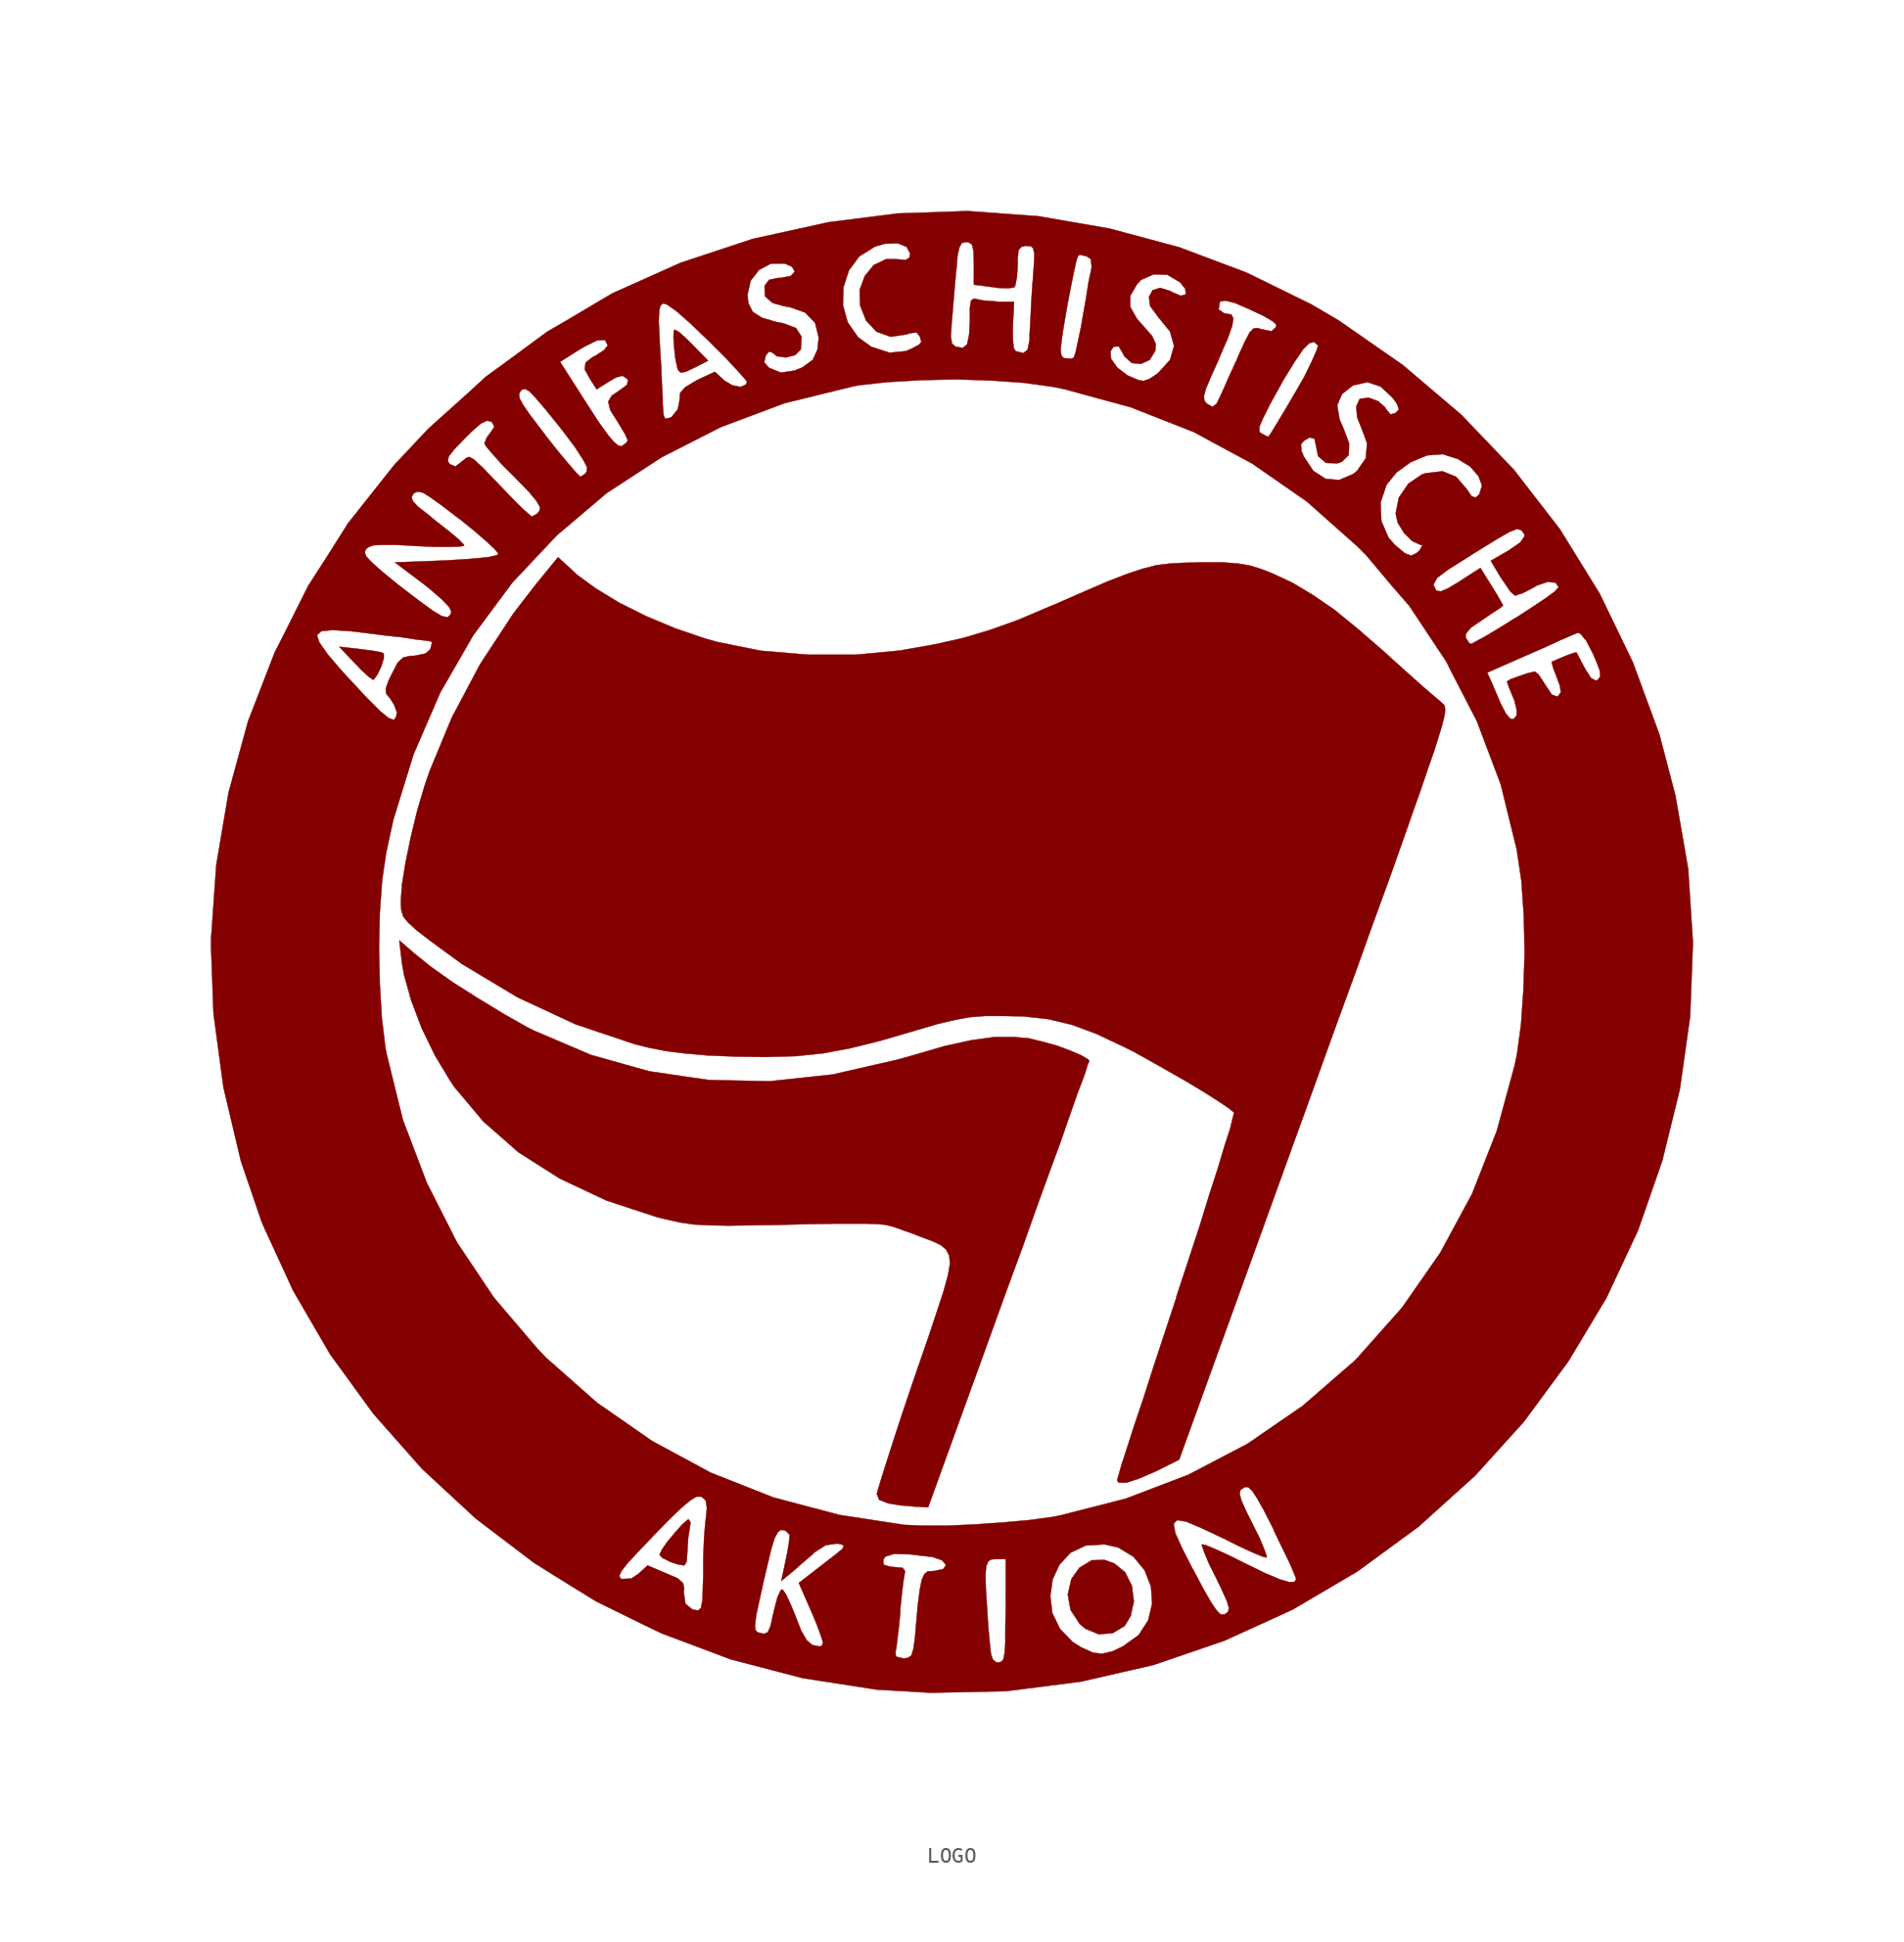
<source format=kicad_sym>
(kicad_symbol_lib
  (version 20220914)
  (generator kicad_symbol_editor)
  (symbol "LOGO"
    (pin_names
      (offset 1.016))
    (property "Reference" "#G"
      (at 0 -46.482 0)
      (effects (font (size 1.524 1.524)) hide))
    (symbol "LOGO_0_0"
      (polyline (pts (xy -36.779 17.297) (xy -36.551 17.602) (xy -36.297 18.136) (xy -36.144 18.644) (xy -36.144 18.948) (xy -36.297 19.025) (xy -36.855 19.126) (xy -37.643 19.228) (xy -38.989 19.38) (xy -37.998 18.339) (xy -37.567 17.882) (xy -37.084 17.45) (xy -36.83 17.272) (xy -36.779 17.297)) (stroke (width 0.025) (type default)) (fill (type outline)))
      (polyline (pts (xy -16.866 36.932) (xy -16.231 37.236) (xy -15.443 37.643) (xy -16.408 38.633) (xy -16.815 39.04) (xy -17.297 39.472) (xy -17.577 39.624) (xy -17.628 39.548) (xy -17.653 39.116) (xy -17.602 38.43) (xy -17.526 37.744) (xy -17.399 37.16) (xy -17.348 37.033) (xy -17.196 36.881) (xy -16.866 36.932)) (stroke (width 0.025) (type default)) (fill (type outline)))
      (polyline (pts (xy 10.389 -43.586) (xy 11.151 -43.129) (xy 11.532 -42.494) (xy 11.735 -41.554) (xy 11.608 -40.564) (xy 11.176 -39.7) (xy 10.49 -39.141) (xy 9.855 -38.913) (xy 9.042 -38.938) (xy 8.255 -39.421) (xy 7.747 -40.132) (xy 7.518 -41.123) (xy 7.696 -42.113) (xy 8.28 -43.002) (xy 8.636 -43.307) (xy 9.5 -43.663) (xy 10.389 -43.586)) (stroke (width 0.025) (type default)) (fill (type outline)))
      (polyline (pts (xy -16.815 -39.04) (xy -16.764 -38.405) (xy -16.764 -38.329) (xy -16.713 -37.516) (xy -16.612 -36.881) (xy -16.561 -36.525) (xy -16.688 -36.322) (xy -16.739 -36.347) (xy -17.069 -36.627) (xy -17.526 -37.135) (xy -18.034 -37.744) (xy -18.39 -38.252) (xy -18.542 -38.583) (xy -18.364 -38.786) (xy -17.856 -39.04) (xy -17.399 -39.192) (xy -16.967 -39.268) (xy -16.815 -39.04)) (stroke (width 0.025) (type default)) (fill (type outline)))
      (polyline (pts (xy 3.734 -21.387) (xy 4.623 -18.974) (xy 5.486 -16.535) (xy 6.299 -14.3) (xy 7.036 -12.294) (xy 7.645 -10.541) (xy 8.153 -9.093) (xy 8.56 -8.026) (xy 8.788 -7.315) (xy 8.89 -7.061) (xy 8.814 -6.96) (xy 8.382 -6.706) (xy 7.671 -6.401) (xy 6.782 -6.071) (xy 5.842 -5.817) (xy 5.004 -5.613) (xy 4.089 -5.537) (xy 2.819 -5.537) (xy 1.346 -5.74) (xy -0.381 -6.121) (xy -2.464 -6.731) (xy -3.378 -6.985) (xy -7.493 -7.925) (xy -11.506 -8.357) (xy -15.392 -8.28) (xy -19.202 -7.722) (xy -22.911 -6.68) (xy -26.543 -5.131) (xy -27 -4.902) (xy -28.524 -4.039) (xy -30.15 -3.048) (xy -31.75 -2.032) (xy -33.147 -1.041) (xy -34.214 -0.178) (xy -35.154 0.635) (xy -34.976 -0.864) (xy -34.849 -1.575) (xy -34.392 -3.2) (xy -33.731 -4.953) (xy -32.868 -6.731) (xy -31.902 -8.331) (xy -31.648 -8.712) (xy -29.794 -10.922) (xy -27.534 -12.903) (xy -24.892 -14.58) (xy -21.92 -15.977) (xy -18.669 -17.043) (xy -18.136 -17.17) (xy -17.221 -17.374) (xy -16.358 -17.501) (xy -15.367 -17.551) (xy -14.173 -17.577) (xy -12.573 -17.551) (xy -10.871 -17.526) (xy -8.941 -17.475) (xy -7.417 -17.45) (xy -5.309 -17.45) (xy -4.623 -17.475) (xy -4.089 -17.526) (xy -3.683 -17.628) (xy -3.302 -17.755) (xy -2.896 -17.907) (xy -2.388 -18.085) (xy -1.803 -18.313) (xy -1.118 -18.567) (xy -0.584 -18.821) (xy -0.254 -19.101) (xy -0.051 -19.482) (xy 0 -19.99) (xy -0.127 -20.726) (xy -0.406 -21.742) (xy -0.838 -23.063) (xy -1.397 -24.74) (xy -2.134 -26.873) (xy -2.388 -27.61) (xy -2.997 -29.413) (xy -3.531 -31.039) (xy -3.988 -32.461) (xy -4.343 -33.579) (xy -4.572 -34.341) (xy -4.674 -34.696) (xy -4.521 -35.077) (xy -3.937 -35.306) (xy -3.15 -35.433) (xy -2.286 -35.509) (xy -1.397 -35.56) (xy 3.734 -21.387)) (stroke (width 0.025) (type default)) (fill (type outline)))
      (polyline (pts (xy 12.04 -33.731) (xy 13.106 -33.274) (xy 14.63 -32.512) (xy 23.292 -8.56) (xy 24.663 -4.75) (xy 25.933 -1.27) (xy 27.026 1.778) (xy 27.991 4.42) (xy 28.804 6.706) (xy 29.489 8.661) (xy 30.074 10.312) (xy 30.531 11.659) (xy 30.912 12.751) (xy 31.191 13.64) (xy 31.394 14.3) (xy 31.521 14.808) (xy 31.598 15.189) (xy 31.598 15.418) (xy 31.572 15.596) (xy 31.521 15.697) (xy 31.445 15.748) (xy 31.344 15.85) (xy 30.861 16.256) (xy 30.099 16.916) (xy 29.159 17.755) (xy 28.143 18.669) (xy 27.813 18.974) (xy 26.06 20.498) (xy 24.536 21.742) (xy 23.165 22.682) (xy 21.895 23.444) (xy 20.599 24.054) (xy 19.888 24.333) (xy 19.152 24.562) (xy 18.39 24.689) (xy 17.424 24.765) (xy 15.977 24.765) (xy 14.935 24.74) (xy 14.021 24.689) (xy 13.183 24.587) (xy 12.294 24.359) (xy 11.303 24.028) (xy 10.109 23.571) (xy 8.636 22.936) (xy 6.782 22.123) (xy 6.35 21.946) (xy 4.318 21.082) (xy 2.54 20.447) (xy 0.838 19.939) (xy -0.965 19.533) (xy -2.997 19.177) (xy -3.073 19.152) (xy -5.994 18.872) (xy -9.068 18.872) (xy -12.09 19.126) (xy -14.859 19.685) (xy -15.672 19.914) (xy -17.526 20.549) (xy -19.406 21.336) (xy -21.133 22.2) (xy -22.631 23.114) (xy -23.774 23.952) (xy -25.019 25.095) (xy -26.391 23.419) (xy -27.864 21.514) (xy -29.997 18.263) (xy -31.801 14.859) (xy -33.223 11.43) (xy -33.528 10.541) (xy -34.011 8.915) (xy -34.417 7.239) (xy -34.747 5.639) (xy -34.976 4.242) (xy -35.052 3.2) (xy -35.052 3.048) (xy -35.027 2.565) (xy -34.9 2.159) (xy -34.595 1.778) (xy -34.036 1.27) (xy -33.147 0.584) (xy -31.166 -0.864) (xy -27.61 -2.997) (xy -23.901 -4.724) (xy -20.117 -5.994) (xy -19.304 -6.198) (xy -18.161 -6.426) (xy -16.942 -6.579) (xy -15.519 -6.706) (xy -13.716 -6.782) (xy -11.735 -6.807) (xy -9.855 -6.756) (xy -8.128 -6.579) (xy -6.35 -6.248) (xy -4.42 -5.766) (xy -2.159 -5.105) (xy -0.787 -4.699) (xy 0.305 -4.445) (xy 1.245 -4.267) (xy 2.235 -4.191) (xy 3.429 -4.191) (xy 4.699 -4.216) (xy 6.274 -4.394) (xy 7.772 -4.75) (xy 9.347 -5.334) (xy 11.176 -6.198) (xy 11.735 -6.477) (xy 12.827 -7.087) (xy 13.995 -7.747) (xy 15.189 -8.433) (xy 16.281 -9.093) (xy 17.196 -9.677) (xy 17.831 -10.109) (xy 18.136 -10.363) (xy 18.059 -10.643) (xy 17.882 -11.379) (xy 17.526 -12.471) (xy 17.094 -13.919) (xy 16.535 -15.646) (xy 15.926 -17.628) (xy 15.215 -19.787) (xy 14.453 -22.098) (xy 14.453 -22.149) (xy 13.691 -24.46) (xy 12.979 -26.619) (xy 12.344 -28.6) (xy 11.76 -30.328) (xy 11.303 -31.75) (xy 10.947 -32.842) (xy 10.744 -33.553) (xy 10.668 -33.833) (xy 10.77 -33.985) (xy 11.252 -33.985) (xy 12.04 -33.731)) (stroke (width 0.025) (type default)) (fill (type outline)))
      (polyline (pts (xy 3.581 -47.295) (xy 8.357 -46.685) (xy 13.005 -45.618) (xy 17.526 -44.069) (xy 21.869 -42.088) (xy 26.01 -39.649) (xy 29.896 -36.805) (xy 33.528 -33.528) (xy 36.627 -30.099) (xy 39.472 -26.238) (xy 41.91 -22.174) (xy 43.917 -17.882) (xy 45.466 -13.437) (xy 46.584 -8.89) (xy 47.244 -4.216) (xy 47.422 0.483) (xy 47.117 5.207) (xy 46.304 9.881) (xy 45.288 13.767) (xy 43.586 18.39) (xy 41.478 22.758) (xy 38.938 26.873) (xy 35.992 30.683) (xy 32.639 34.188) (xy 28.905 37.363) (xy 24.816 40.208) (xy 23.038 41.25) (xy 18.948 43.256) (xy 14.63 44.882) (xy 10.185 46.076) (xy 5.639 46.863) (xy 1.118 47.193) (xy -3.327 47.041) (xy -7.747 46.482) (xy -12.598 45.415) (xy -17.196 43.891) (xy -21.565 41.935) (xy -21.692 41.859) (xy -12.929 41.859) (xy -12.725 42.748) (xy -12.192 43.434) (xy -11.43 43.84) (xy -10.541 43.84) (xy -10.084 43.637) (xy -9.906 43.332) (xy -10.16 43.053) (xy -10.795 42.926) (xy -10.973 42.926) (xy -11.557 42.799) (xy -11.836 42.418) (xy -11.836 42.342) (xy -11.811 41.758) (xy -11.328 41.326) (xy -10.77 41.173) (xy -6.833 41.173) (xy -6.807 42.316) (xy -6.452 43.409) (xy -5.791 44.298) (xy -4.775 44.933) (xy -4.14 45.11) (xy -3.327 45.136) (xy -2.769 44.907) (xy -2.54 44.475) (xy -2.591 44.221) (xy -2.819 44.069) (xy -3.404 44.12) (xy -4.089 44.12) (xy -4.877 43.739) (xy -5.436 43.053) (xy -5.766 42.164) (xy -5.74 41.173) (xy -5.359 40.208) (xy -4.699 39.497) (xy -3.785 39.167) (xy -2.769 39.319) (xy -2.565 39.395) (xy -2.134 39.446) (xy -1.93 39.192) (xy 0.051 39.192) (xy 0.102 39.98) (xy 0.178 40.894) (xy 0.279 42.088) (xy 0.381 43.256) (xy 0.406 43.434) (xy 0.483 44.374) (xy 0.61 44.907) (xy 0.762 45.161) (xy 1.016 45.212) (xy 1.168 45.212) (xy 1.397 45.06) (xy 1.499 44.653) (xy 1.524 43.866) (xy 1.524 42.494) (xy 2.692 42.342) (xy 3.023 42.291) (xy 3.708 42.266) (xy 4.089 42.316) (xy 4.166 42.443) (xy 4.267 42.951) (xy 4.318 43.713) (xy 4.318 44.12) (xy 4.369 44.679) (xy 4.547 44.907) (xy 4.877 44.983) (xy 4.902 44.958) (xy 5.156 44.958) (xy 5.309 44.806) (xy 5.385 44.475) (xy 5.359 43.815) (xy 5.283 42.748) (xy 5.258 42.494) (xy 5.182 41.275) (xy 5.131 40.157) (xy 5.08 39.319) (xy 5.08 38.964) (xy 4.953 38.354) (xy 4.877 38.278) (xy 7.061 38.278) (xy 7.112 38.837) (xy 7.239 39.726) (xy 7.468 41.046) (xy 7.493 41.199) (xy 7.722 42.393) (xy 7.925 43.383) (xy 8.077 44.069) (xy 8.179 44.348) (xy 8.306 44.399) (xy 8.738 44.298) (xy 8.992 44.12) (xy 9.042 43.612) (xy 8.992 43.358) (xy 8.839 42.647) (xy 8.687 41.656) (xy 8.484 40.513) (xy 8.357 39.776) (xy 8.153 38.811) (xy 8.026 38.227) (xy 10.236 38.227) (xy 10.439 38.532) (xy 10.77 38.557) (xy 11.024 38.125) (xy 11.151 37.897) (xy 11.608 37.49) (xy 12.192 37.44) (xy 12.751 37.694) (xy 13.106 38.278) (xy 13.132 38.71) (xy 12.903 39.218) (xy 12.344 39.853) (xy 11.938 40.31) (xy 11.506 41.072) (xy 11.506 41.783) (xy 11.938 42.52) (xy 12.192 42.799) (xy 13.005 43.155) (xy 13.868 43.129) (xy 14.681 42.647) (xy 15.011 42.24) (xy 15.062 41.885) (xy 14.732 41.783) (xy 14.148 42.037) (xy 14.072 42.088) (xy 13.411 42.291) (xy 12.929 42.139) (xy 12.7 41.707) (xy 12.776 41.123) (xy 13.233 40.513) (xy 13.284 40.437) (xy 14.046 39.497) (xy 14.3 38.583) (xy 14.046 37.694) (xy 13.31 36.881) (xy 13.259 36.83) (xy 12.725 36.474) (xy 12.344 36.347) (xy 12.04 36.398) (xy 11.328 36.703) (xy 10.693 37.186) (xy 10.287 37.744) (xy 10.236 38.227) (xy 8.026 38.227) (xy 8.001 38.125) (xy 7.899 37.846) (xy 7.772 37.77) (xy 7.315 37.795) (xy 7.239 37.821) (xy 7.112 37.973) (xy 7.061 38.278) (xy 4.877 38.278) (xy 4.674 38.125) (xy 4.191 38.252) (xy 4.064 38.456) (xy 4.013 39.04) (xy 4.013 39.878) (xy 4.089 41.402) (xy 3.073 41.402) (xy 2.921 41.427) (xy 2.159 41.478) (xy 1.524 41.605) (xy 1.346 41.478) (xy 1.27 41.046) (xy 1.27 40.183) (xy 1.219 39.294) (xy 1.092 38.684) (xy 0.813 38.456) (xy 0.381 38.532) (xy 0.356 38.532) (xy 0.127 38.735) (xy 0.051 39.192) (xy -1.93 39.192) (xy -1.905 39.116) (xy -1.829 38.837) (xy -1.981 38.659) (xy -2.464 38.405) (xy -2.819 38.252) (xy -3.861 38.151) (xy -5.029 38.532) (xy -5.867 39.141) (xy -6.528 40.081) (xy -6.833 41.173) (xy -10.77 41.173) (xy -10.363 41.072) (xy -10.262 41.072) (xy -9.246 40.716) (xy -8.611 40.056) (xy -8.382 39.116) (xy -8.458 38.354) (xy -8.763 37.694) (xy -9.423 37.211) (xy -9.931 37.008) (xy -10.795 36.881) (xy -11.557 37.186) (xy -11.862 37.541) (xy -11.76 37.973) (xy -11.557 38.227) (xy -11.328 38.151) (xy -11.049 37.922) (xy -10.465 37.846) (xy -9.881 37.998) (xy -9.525 38.354) (xy -9.474 39.167) (xy -9.83 39.726) (xy -10.643 40.03) (xy -11.074 40.107) (xy -12.014 40.386) (xy -12.598 40.767) (xy -12.878 41.326) (xy -12.929 41.859) (xy -21.692 41.859) (xy -24.562 40.157) (xy -18.593 40.157) (xy -18.567 40.792) (xy -18.491 41.148) (xy -18.313 41.3) (xy -18.059 41.224) (xy -17.45 40.792) (xy -16.586 40.03) (xy -15.469 38.964) (xy -14.3 37.795) (xy -13.614 37.059) (xy -13.132 36.525) (xy -12.954 36.297) (xy -13.03 36.119) (xy -13.36 35.966) (xy -13.894 36.068) (xy -14.402 36.373) (xy -15.011 36.932) (xy -16.154 36.398) (xy -16.916 35.941) (xy -17.221 35.585) (xy -17.272 35.077) (xy -17.374 34.544) (xy -17.78 34.036) (xy -17.932 33.985) (xy -18.186 33.934) (xy -18.288 34.188) (xy -18.339 34.874) (xy -18.339 35.204) (xy -18.39 36.144) (xy -18.44 37.313) (xy -18.517 38.557) (xy -18.542 39.116) (xy -18.593 40.157) (xy -24.562 40.157) (xy -25.705 39.497) (xy -28.321 37.567) (xy -24.892 37.567) (xy -23.647 38.354) (xy -23.343 38.532) (xy -22.53 38.938) (xy -22.022 38.964) (xy -21.844 38.608) (xy -21.869 38.583) (xy -22.098 38.303) (xy -22.606 37.973) (xy -22.809 37.871) (xy -23.266 37.516) (xy -23.317 37.084) (xy -22.962 36.449) (xy -22.555 35.814) (xy -21.742 36.322) (xy -21.311 36.576) (xy -20.904 36.678) (xy -20.625 36.5) (xy -20.549 36.398) (xy -20.625 36.093) (xy -21.107 35.738) (xy -21.59 35.408) (xy -21.819 35.027) (xy -21.692 34.493) (xy -21.209 33.731) (xy -21.057 33.477) (xy -20.726 32.918) (xy -20.574 32.563) (xy -20.625 32.436) (xy -20.955 32.182) (xy -21.006 32.182) (xy -21.184 32.233) (xy -21.463 32.461) (xy -21.844 32.918) (xy -22.377 33.655) (xy -23.089 34.747) (xy -24.028 36.22) (xy -24.892 37.567) (xy -28.321 37.567) (xy -29.616 36.627) (xy -30.81 35.535) (xy -27.508 35.535) (xy -27.381 35.738) (xy -27.33 35.789) (xy -27.127 35.839) (xy -26.848 35.687) (xy -26.441 35.255) (xy -25.832 34.544) (xy -24.968 33.477) (xy -24.765 33.223) (xy -23.927 32.106) (xy -23.419 31.318) (xy -23.165 30.836) (xy -23.19 30.556) (xy -23.317 30.404) (xy -23.597 30.226) (xy -23.851 30.48) (xy -24.333 31.039) (xy -24.994 31.826) (xy -25.756 32.791) (xy -26.06 33.198) (xy -26.797 34.163) (xy -27.254 34.823) (xy -27.483 35.255) (xy -27.508 35.535) (xy -30.81 35.535) (xy -33.299 33.299) (xy -35.255 31.217) (xy -32.055 31.217) (xy -32.004 31.521) (xy -31.648 31.979) (xy -30.963 32.69) (xy -30.556 33.096) (xy -29.947 33.63) (xy -29.566 33.807) (xy -29.286 33.757) (xy -29.235 33.706) (xy -29.083 33.426) (xy -29.337 33.045) (xy -29.566 32.741) (xy -29.718 32.36) (xy -29.642 32.207) (xy -29.235 31.725) (xy -28.626 31.039) (xy -27.711 30.124) (xy -26.873 29.261) (xy -26.391 28.677) (xy -26.162 28.27) (xy -26.213 28.042) (xy -26.365 27.864) (xy -26.695 27.686) (xy -26.822 27.788) (xy -27.254 28.169) (xy -27.889 28.804) (xy -28.651 29.591) (xy -29.185 30.15) (xy -29.87 30.861) (xy -30.404 31.344) (xy -30.683 31.496) (xy -30.861 31.445) (xy -31.267 31.115) (xy -31.572 30.886) (xy -31.928 31.039) (xy -32.055 31.217) (xy -35.255 31.217) (xy -35.433 31.039) (xy -38.43 27.254) (xy -39.599 25.4) (xy -37.363 25.4) (xy -37.287 25.603) (xy -37.135 25.73) (xy -36.805 25.857) (xy -36.22 25.883) (xy -35.306 25.883) (xy -33.985 25.806) (xy -32.842 25.756) (xy -31.877 25.756) (xy -31.242 25.781) (xy -31.013 25.832) (xy -31.039 25.908) (xy -31.394 26.264) (xy -32.004 26.772) (xy -32.817 27.407) (xy -33.274 27.788) (xy -33.96 28.321) (xy -34.29 28.677) (xy -34.366 28.931) (xy -34.239 29.159) (xy -34.163 29.21) (xy -33.96 29.286) (xy -33.63 29.21) (xy -33.147 28.905) (xy -32.41 28.372) (xy -31.344 27.559) (xy -31.267 27.508) (xy -30.328 26.746) (xy -29.54 26.06) (xy -29.032 25.578) (xy -28.829 25.324) (xy -28.931 25.222) (xy -29.489 25.095) (xy -30.556 24.994) (xy -32.131 24.892) (xy -35.433 24.765) (xy -33.579 23.368) (xy -33.198 23.063) (xy -32.461 22.428) (xy -31.979 21.92) (xy -31.826 21.615) (xy -31.902 21.412) (xy -32.08 21.26) (xy -32.436 21.336) (xy -32.995 21.666) (xy -33.833 22.276) (xy -35.001 23.165) (xy -35.23 23.343) (xy -36.22 24.155) (xy -36.881 24.74) (xy -37.262 25.146) (xy -37.363 25.4) (xy -39.599 25.4) (xy -40.97 23.266) (xy -42.545 20.117) (xy -40.411 20.117) (xy -40.132 20.371) (xy -39.421 20.447) (xy -38.227 20.371) (xy -36.576 20.168) (xy -36.22 20.117) (xy -35.027 19.99) (xy -34.036 19.837) (xy -33.35 19.761) (xy -33.096 19.71) (xy -33.071 19.609) (xy -33.172 19.228) (xy -33.477 18.948) (xy -34.214 18.796) (xy -34.442 18.796) (xy -34.9 18.694) (xy -35.255 18.364) (xy -35.611 17.678) (xy -35.839 17.221) (xy -36.017 16.713) (xy -35.992 16.383) (xy -35.738 16.078) (xy -35.484 15.672) (xy -35.306 15.189) (xy -35.357 14.884) (xy -35.509 14.707) (xy -35.839 14.834) (xy -36.373 15.265) (xy -37.16 16.053) (xy -38.227 17.196) (xy -38.837 17.856) (xy -39.726 18.898) (xy -40.259 19.66) (xy -40.411 20.117) (xy -42.545 20.117) (xy -43.104 19.025) (xy -44.806 14.63) (xy -46.05 10.084) (xy -46.838 5.436) (xy -47.168 0.737) (xy -47.168 0.152) (xy -36.449 0.152) (xy -36.398 2.413) (xy -36.246 4.496) (xy -35.992 6.223) (xy -35.535 8.331) (xy -34.239 12.522) (xy -32.537 16.459) (xy -30.429 20.117) (xy -27.94 23.47) (xy -25.095 26.492) (xy -21.92 29.185) (xy -18.415 31.471) (xy -14.63 33.401) (xy -10.566 34.925) (xy -6.223 35.992) (xy -5.842 36.068) (xy -4.013 36.271) (xy -1.88 36.398) (xy 0.406 36.449) (xy 2.692 36.373) (xy 4.801 36.22) (xy 6.604 35.966) (xy 7.341 35.814) (xy 8.915 35.382) (xy 16.205 35.382) (xy 16.332 35.839) (xy 16.637 36.576) (xy 17.145 37.694) (xy 17.221 37.897) (xy 17.729 39.065) (xy 18.009 39.853) (xy 18.085 40.335) (xy 17.958 40.589) (xy 17.501 40.665) (xy 17.145 40.919) (xy 17.221 41.377) (xy 17.272 41.427) (xy 17.577 41.478) (xy 18.186 41.326) (xy 19.126 40.919) (xy 19.228 40.869) (xy 20.041 40.488) (xy 20.599 40.157) (xy 20.828 39.954) (xy 20.803 39.776) (xy 20.523 39.522) (xy 19.888 39.649) (xy 19.634 39.726) (xy 19.38 39.7) (xy 19.126 39.446) (xy 18.821 38.862) (xy 18.39 37.922) (xy 18.288 37.668) (xy 17.831 36.678) (xy 17.45 35.814) (xy 17.196 35.255) (xy 17.018 34.9) (xy 16.764 34.696) (xy 16.434 34.874) (xy 16.383 34.9) (xy 16.231 35.103) (xy 16.205 35.382) (xy 8.915 35.382) (xy 11.532 34.671) (xy 15.469 33.122) (xy 19.736 33.122) (xy 19.761 33.452) (xy 19.99 33.985) (xy 20.422 34.849) (xy 21.082 36.043) (xy 21.26 36.373) (xy 21.996 37.567) (xy 22.53 38.354) (xy 22.936 38.76) (xy 23.241 38.837) (xy 23.47 38.633) (xy 23.495 38.608) (xy 23.393 38.278) (xy 23.089 37.592) (xy 22.631 36.652) (xy 22.022 35.585) (xy 21.946 35.458) (xy 21.336 34.417) (xy 20.828 33.579) (xy 20.472 32.995) (xy 20.32 32.791) (xy 20.218 32.817) (xy 19.837 33.02) (xy 19.736 33.122) (xy 15.469 33.122) (xy 15.545 33.096) (xy 16.993 32.309) (xy 22.403 32.309) (xy 22.606 32.537) (xy 22.962 32.741) (xy 23.266 32.664) (xy 23.368 32.182) (xy 23.495 31.547) (xy 24.003 31.115) (xy 24.74 31.09) (xy 25.019 31.191) (xy 25.451 31.623) (xy 25.476 32.36) (xy 25.095 33.376) (xy 24.867 33.884) (xy 24.714 34.798) (xy 25.019 35.509) (xy 25.73 36.068) (xy 25.756 36.068) (xy 26.645 36.271) (xy 27.483 35.992) (xy 28.27 35.255) (xy 28.55 34.849) (xy 28.651 34.519) (xy 28.423 34.29) (xy 28.118 34.214) (xy 27.813 34.569) (xy 27.788 34.646) (xy 27.33 35.052) (xy 26.721 35.281) (xy 26.162 35.204) (xy 26.137 35.179) (xy 25.933 34.722) (xy 25.984 34.036) (xy 26.289 33.274) (xy 26.619 32.385) (xy 26.543 31.42) (xy 25.984 30.607) (xy 25.73 30.404) (xy 24.841 30.023) (xy 23.978 30.099) (xy 23.19 30.607) (xy 22.581 31.521) (xy 22.428 31.902) (xy 22.403 32.309) (xy 16.993 32.309) (xy 19.304 31.064) (xy 22.809 28.626) (xy 22.86 28.575) (xy 27.483 28.575) (xy 27.864 29.718) (xy 28.499 30.505) (xy 29.413 31.166) (xy 30.455 31.598) (xy 31.445 31.674) (xy 32.41 31.369) (xy 33.198 30.886) (xy 33.731 30.277) (xy 33.96 29.667) (xy 33.782 29.108) (xy 33.553 28.905) (xy 33.299 28.981) (xy 32.969 29.464) (xy 32.309 30.226) (xy 31.445 30.582) (xy 30.353 30.455) (xy 30.124 30.378) (xy 29.261 29.794) (xy 28.651 28.905) (xy 28.448 27.889) (xy 28.575 27.305) (xy 28.981 26.645) (xy 29.489 26.137) (xy 29.972 25.908) (xy 30.15 25.857) (xy 29.972 25.527) (xy 29.769 25.349) (xy 29.439 25.197) (xy 29.032 25.349) (xy 28.423 25.857) (xy 27.991 26.34) (xy 27.534 27.407) (xy 27.483 28.575) (xy 22.86 28.575) (xy 26.01 25.781) (xy 26.543 25.248) (xy 28.143 23.343) (xy 30.861 23.343) (xy 31.09 23.774) (xy 31.801 24.308) (xy 32.487 24.74) (xy 33.452 25.349) (xy 34.442 25.959) (xy 34.976 26.289) (xy 35.738 26.721) (xy 36.195 26.899) (xy 36.474 26.822) (xy 36.652 26.568) (xy 36.678 26.441) (xy 36.398 26.035) (xy 35.662 25.527) (xy 34.519 24.867) (xy 35.154 23.8) (xy 35.382 23.47) (xy 35.763 22.911) (xy 36.043 22.657) (xy 36.119 22.657) (xy 36.576 22.809) (xy 37.211 23.139) (xy 37.465 23.292) (xy 38.151 23.52) (xy 38.659 23.47) (xy 38.862 23.165) (xy 38.837 23.165) (xy 38.608 22.911) (xy 38.024 22.479) (xy 37.186 21.92) (xy 36.17 21.26) (xy 36.068 21.209) (xy 35.052 20.574) (xy 34.163 20.041) (xy 33.553 19.71) (xy 33.274 19.558) (xy 33.147 19.609) (xy 32.918 19.964) (xy 32.918 20.193) (xy 33.249 20.599) (xy 34.036 21.133) (xy 34.595 21.514) (xy 35.103 21.844) (xy 35.306 22.022) (xy 35.23 22.149) (xy 34.976 22.606) (xy 34.569 23.266) (xy 33.858 24.409) (xy 32.664 23.647) (xy 32.563 23.571) (xy 31.801 23.114) (xy 31.318 22.911) (xy 31.039 22.962) (xy 30.886 23.266) (xy 30.861 23.343) (xy 28.143 23.343) (xy 29.312 21.996) (xy 31.674 18.44) (xy 32.029 17.729) (xy 34.29 17.729) (xy 37.008 18.923) (xy 38.049 19.38) (xy 38.989 19.812) (xy 40.056 20.269) (xy 40.234 20.218) (xy 40.615 19.761) (xy 41.046 18.923) (xy 41.224 18.517) (xy 41.478 17.856) (xy 41.504 17.475) (xy 41.351 17.272) (xy 41.224 17.221) (xy 40.919 17.374) (xy 40.538 17.983) (xy 40.411 18.212) (xy 40.132 18.745) (xy 40.005 18.999) (xy 39.853 18.999) (xy 39.421 18.847) (xy 38.862 18.618) (xy 38.405 18.415) (xy 38.405 18.39) (xy 38.506 18.009) (xy 38.735 17.424) (xy 38.938 16.866) (xy 38.989 16.459) (xy 38.811 16.231) (xy 38.735 16.205) (xy 38.405 16.332) (xy 38.024 16.916) (xy 37.922 17.069) (xy 37.592 17.577) (xy 37.363 17.78) (xy 37.262 17.78) (xy 36.83 17.678) (xy 36.246 17.475) (xy 35.763 17.297) (xy 35.56 17.17) (xy 35.56 17.12) (xy 35.687 16.764) (xy 35.941 16.154) (xy 36.017 15.977) (xy 36.17 15.367) (xy 36.17 14.986) (xy 35.966 14.757) (xy 35.763 14.783) (xy 35.484 15.113) (xy 35.128 15.799) (xy 34.646 16.942) (xy 34.29 17.729) (xy 32.029 17.729) (xy 33.63 14.63) (xy 35.154 10.592) (xy 36.195 6.35) (xy 36.195 6.299) (xy 36.474 4.42) (xy 36.627 2.21) (xy 36.678 -0.152) (xy 36.601 -2.54) (xy 36.449 -4.724) (xy 36.195 -6.604) (xy 36.043 -7.341) (xy 34.9 -11.532) (xy 33.325 -15.545) (xy 31.293 -19.304) (xy 28.854 -22.809) (xy 26.01 -26.01) (xy 25.756 -26.264) (xy 22.504 -29.083) (xy 18.999 -31.496) (xy 15.215 -33.477) (xy 11.227 -35.001) (xy 7.061 -36.068) (xy 6.553 -36.17) (xy 5.055 -36.373) (xy 3.353 -36.525) (xy 2.286 -36.601) (xy 14.275 -36.601) (xy 14.503 -36.373) (xy 15.088 -36.474) (xy 16.053 -36.881) (xy 17.45 -37.541) (xy 18.466 -38.049) (xy 19.355 -38.456) (xy 19.964 -38.71) (xy 20.218 -38.76) (xy 20.218 -38.684) (xy 20.066 -38.252) (xy 19.761 -37.516) (xy 18.898 -35.789) (xy 18.593 -35.103) (xy 18.491 -34.696) (xy 18.542 -34.442) (xy 18.745 -34.315) (xy 18.821 -34.265) (xy 19.025 -34.265) (xy 19.279 -34.493) (xy 19.583 -34.95) (xy 20.041 -35.763) (xy 20.65 -36.957) (xy 20.701 -37.109) (xy 21.234 -38.202) (xy 21.692 -39.141) (xy 21.971 -39.802) (xy 22.098 -40.132) (xy 21.996 -40.31) (xy 21.666 -40.335) (xy 21.057 -40.157) (xy 20.091 -39.751) (xy 18.745 -39.091) (xy 17.831 -38.633) (xy 16.942 -38.227) (xy 16.332 -37.973) (xy 16.078 -37.922) (xy 16.078 -37.998) (xy 16.231 -38.43) (xy 16.535 -39.167) (xy 16.993 -40.081) (xy 17.348 -40.818) (xy 17.678 -41.554) (xy 17.805 -41.986) (xy 17.755 -42.215) (xy 17.577 -42.367) (xy 17.501 -42.393) (xy 17.272 -42.393) (xy 17.018 -42.139) (xy 16.688 -41.656) (xy 16.205 -40.818) (xy 15.545 -39.573) (xy 15.494 -39.497) (xy 14.808 -38.151) (xy 14.376 -37.186) (xy 14.275 -36.601) (xy 2.286 -36.601) (xy 1.549 -36.652) (xy -0.203 -36.728) (xy -1.753 -36.728) (xy -2.921 -36.678) (xy -7.061 -36.043) (xy -11.278 -34.925) (xy -15.265 -33.35) (xy -19.025 -31.318) (xy -22.53 -28.88) (xy -25.781 -26.01) (xy -26.34 -25.425) (xy -29.108 -22.174) (xy -31.471 -18.644) (xy -33.401 -14.834) (xy -34.925 -10.82) (xy -35.966 -6.604) (xy -36.043 -6.198) (xy -36.271 -4.293) (xy -36.398 -2.134) (xy -36.449 0.152) (xy -47.168 0.152) (xy -47.015 -4.013) (xy -46.38 -8.738) (xy -45.263 -13.462) (xy -43.917 -17.399) (xy -41.935 -21.717) (xy -39.573 -25.781) (xy -36.805 -29.591) (xy -33.706 -33.096) (xy -30.277 -36.271) (xy -26.568 -39.091) (xy -25.273 -39.903) (xy -21.107 -39.903) (xy -20.955 -39.599) (xy -20.574 -39.116) (xy -19.888 -38.379) (xy -18.898 -37.338) (xy -17.983 -36.398) (xy -17.17 -35.611) (xy -16.561 -35.103) (xy -16.18 -34.874) (xy -15.9 -34.874) (xy -15.799 -34.925) (xy -15.596 -35.128) (xy -15.519 -35.585) (xy -15.596 -36.373) (xy -15.621 -36.525) (xy -15.697 -37.49) (xy -15.748 -38.71) (xy -15.748 -39.929) (xy -15.773 -40.488) (xy -15.799 -41.453) (xy -15.9 -41.986) (xy -16.078 -42.139) (xy -16.434 -42.088) (xy -16.891 -41.707) (xy -16.993 -40.996) (xy -16.967 -40.742) (xy -17.043 -40.386) (xy -17.399 -40.081) (xy -18.11 -39.776) (xy -19.304 -39.268) (xy -19.888 -39.802) (xy -20.345 -40.107) (xy -20.955 -40.132) (xy -21.057 -40.081) (xy -21.107 -39.903) (xy -25.273 -39.903) (xy -22.606 -41.554) (xy -19.558 -43.053) (xy -12.446 -43.053) (xy -12.37 -42.443) (xy -12.167 -41.504) (xy -11.862 -40.132) (xy -11.659 -39.268) (xy -11.405 -38.202) (xy -11.201 -37.541) (xy -10.998 -37.16) (xy -10.82 -37.008) (xy -10.617 -37.008) (xy -10.49 -37.059) (xy -10.236 -37.313) (xy -10.287 -37.871) (xy -10.414 -38.583) (xy -10.77 -40.259) (xy -10.16 -39.751) (xy -10.058 -39.675) (xy -9.423 -39.116) (xy -8.738 -38.532) (xy -8.687 -38.456) (xy -7.925 -37.973) (xy -7.214 -37.871) (xy -6.934 -37.922) (xy -6.782 -37.998) (xy -6.858 -38.202) (xy -7.29 -38.557) (xy -7.747 -38.913) (xy -4.267 -38.913) (xy -4.14 -38.71) (xy -3.581 -38.532) (xy -2.565 -38.557) (xy -1.092 -38.735) (xy -0.508 -38.938) (xy -0.254 -39.243) (xy -0.432 -39.497) (xy -0.991 -39.624) (xy -1.092 -39.624) (xy -1.422 -39.649) (xy -1.651 -39.827) (xy -1.651 -39.853) (xy 2.261 -39.853) (xy 2.311 -39.319) (xy 2.438 -39.014) (xy 2.616 -38.887) (xy 2.921 -38.862) (xy 3.556 -38.862) (xy 3.556 -41.224) (xy 6.401 -41.224) (xy 6.553 -40.157) (xy 6.985 -39.218) (xy 7.696 -38.456) (xy 8.661 -37.998) (xy 9.855 -37.922) (xy 10.744 -38.125) (xy 11.709 -38.71) (xy 12.421 -39.573) (xy 12.827 -40.615) (xy 12.903 -41.707) (xy 12.649 -42.774) (xy 12.04 -43.713) (xy 11.049 -44.425) (xy 10.363 -44.755) (xy 9.703 -44.907) (xy 9.119 -44.831) (xy 8.382 -44.501) (xy 7.823 -44.145) (xy 7.01 -43.307) (xy 6.528 -42.291) (xy 6.401 -41.224) (xy 3.556 -41.224) (xy 3.556 -42.164) (xy 3.531 -43.18) (xy 3.531 -44.221) (xy 3.48 -44.882) (xy 3.404 -45.263) (xy 3.277 -45.415) (xy 3.073 -45.466) (xy 2.946 -45.441) (xy 2.743 -45.288) (xy 2.616 -44.933) (xy 2.54 -44.247) (xy 2.438 -43.129) (xy 2.362 -41.961) (xy 2.286 -40.716) (xy 2.261 -39.853) (xy -1.651 -39.853) (xy -1.803 -40.183) (xy -1.93 -40.818) (xy -2.057 -41.808) (xy -2.184 -43.231) (xy -2.235 -43.866) (xy -2.337 -44.602) (xy -2.464 -45.009) (xy -2.667 -45.161) (xy -2.972 -45.212) (xy -3.048 -45.187) (xy -3.454 -45.085) (xy -3.48 -44.755) (xy -3.454 -44.704) (xy -3.378 -44.145) (xy -3.277 -43.307) (xy -3.175 -42.291) (xy -3.175 -42.062) (xy -3.073 -41.072) (xy -2.972 -40.259) (xy -2.896 -39.802) (xy -2.87 -39.624) (xy -3.023 -39.421) (xy -3.581 -39.37) (xy -3.835 -39.345) (xy -4.242 -39.218) (xy -4.267 -38.913) (xy -7.747 -38.913) (xy -9.652 -40.386) (xy -8.763 -42.418) (xy -8.509 -43.028) (xy -8.23 -43.79) (xy -8.103 -44.196) (xy -8.179 -44.399) (xy -8.382 -44.45) (xy -8.382 -44.425) (xy -8.788 -44.348) (xy -9.144 -44.044) (xy -9.5 -43.434) (xy -9.906 -42.393) (xy -10.16 -41.783) (xy -10.465 -41.123) (xy -10.693 -40.792) (xy -10.82 -40.869) (xy -11.024 -41.326) (xy -11.227 -42.113) (xy -11.278 -42.342) (xy -11.455 -43.129) (xy -11.633 -43.536) (xy -11.887 -43.637) (xy -12.268 -43.536) (xy -12.294 -43.536) (xy -12.421 -43.383) (xy -12.446 -43.053) (xy -19.558 -43.053) (xy -18.39 -43.612) (xy -13.995 -45.263) (xy -9.423 -46.457) (xy -4.699 -47.193) (xy -1.245 -47.396) (xy 3.581 -47.295)) (stroke (width 0.025) (type default)) (fill (type outline))))))
</source>
